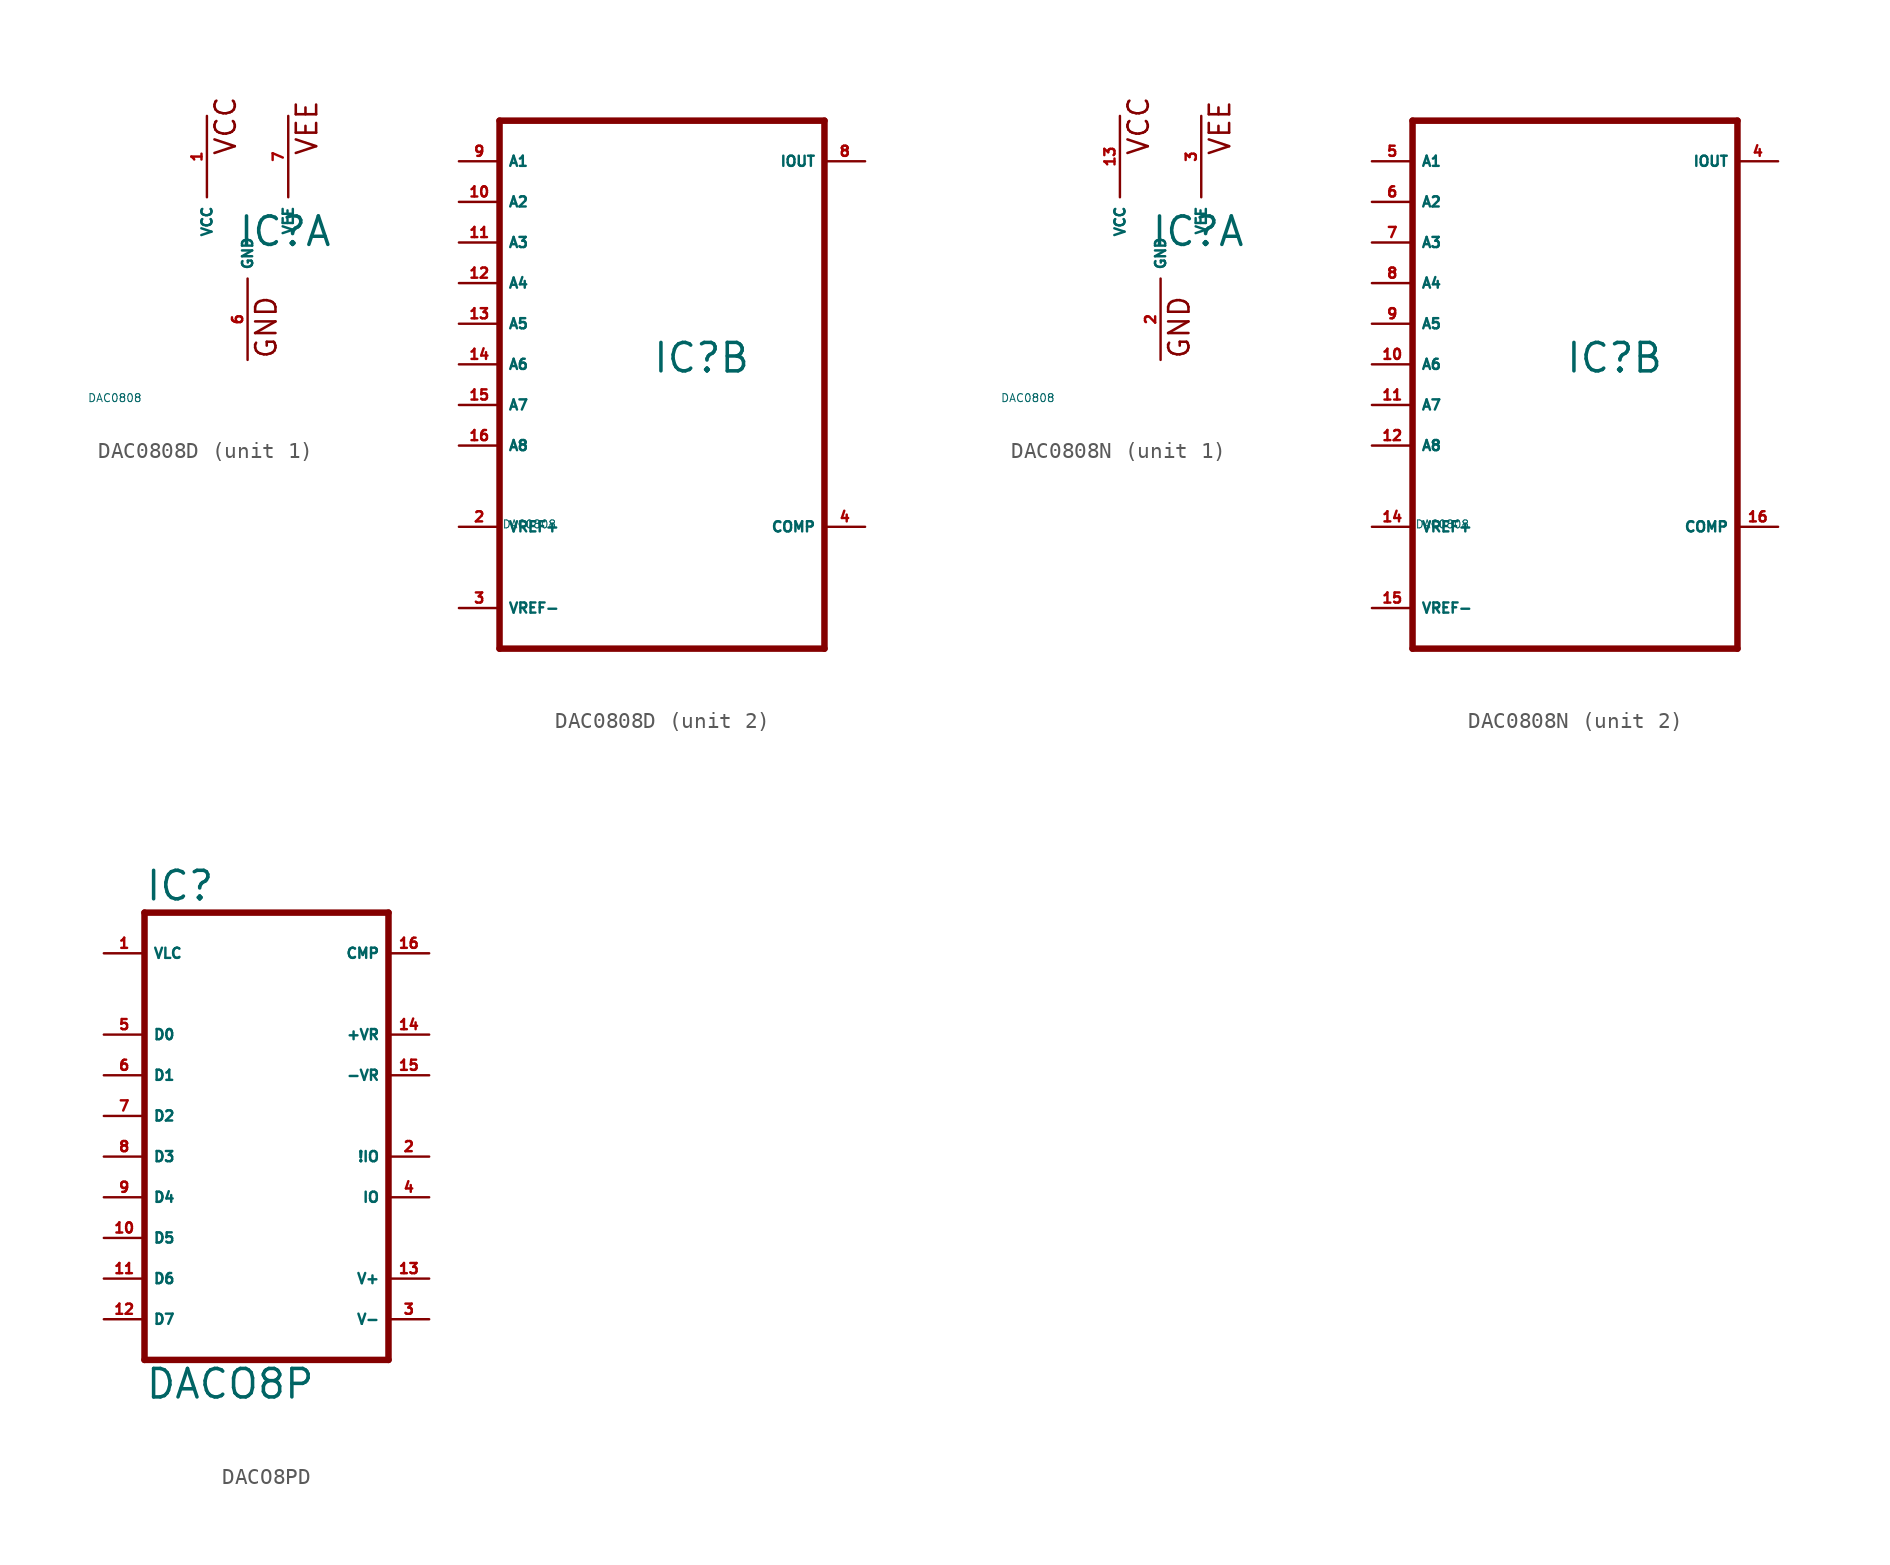
<source format=kicad_sym>
(kicad_symbol_lib
  (version 20220914)
  (generator Eagle2Kicad)
  (symbol "DAC0808D"
    (property "Reference" "IC"
      (at -0.635 -0.635 0)
      (effects (font (size 1.778 1.778) (thickness 0.22)) (justify left bottom)))
    (property "Value" "DAC0808"
      (at -10 -10 0)
      (effects (font (size 0.5 0.5) (thickness 0.06)) (justify left)))
    (symbol "DAC0808D_1_0"
      (text "VCC" (at -0.635 5.08 900) (effects (font (size 1.27 1.27) (thickness 0.16)) (justify left bottom)))
      (text "VEE" (at 4.445 5.08 900) (effects (font (size 1.27 1.27) (thickness 0.16)) (justify left bottom)))
      (text "GND" (at 1.905 -7.62 900) (effects (font (size 1.27 1.27) (thickness 0.16)) (justify left bottom)))
      (pin unspecified line (at -2.54 7.62 270) (length 5.08) (name "VCC" (effects (font (size 0.635 0.635) (thickness 0.08)) (justify left bottom))) (number "1" (effects (font (size 0.635 0.635) (thickness 0.08)) (justify left bottom))))
      (pin unspecified line (at 2.54 7.62 270) (length 5.08) (name "VEE" (effects (font (size 0.635 0.635) (thickness 0.08)) (justify left bottom))) (number "7" (effects (font (size 0.635 0.635) (thickness 0.08)) (justify left bottom))))
      (pin unspecified line (at 0 -7.62 90) (length 5.08) (name "GND" (effects (font (size 0.635 0.635) (thickness 0.08)) (justify left bottom))) (number "6" (effects (font (size 0.635 0.635) (thickness 0.08)) (justify left bottom)))))
    (symbol "DAC0808D_2_0"
      (polyline (pts (xy -10.16 -17.78) (xy 10.16 -17.78)) (stroke (width 0.406) (type default)) (fill (type none)))
      (polyline (pts (xy 10.16 -17.78) (xy 10.16 15.24)) (stroke (width 0.406) (type default)) (fill (type none)))
      (polyline (pts (xy 10.16 15.24) (xy -10.16 15.24)) (stroke (width 0.406) (type default)) (fill (type none)))
      (polyline (pts (xy -10.16 15.24) (xy -10.16 -17.78)) (stroke (width 0.406) (type default)) (fill (type none)))
      (pin output line (at 12.7 12.7 180) (length 2.54) (name "IOUT" (effects (font (size 0.635 0.635) (thickness 0.08)) (justify left bottom))) (number "8" (effects (font (size 0.635 0.635) (thickness 0.08)) (justify left bottom))))
      (pin input line (at -12.7 12.7 0) (length 2.54) (name "A1" (effects (font (size 0.635 0.635) (thickness 0.08)) (justify left bottom))) (number "9" (effects (font (size 0.635 0.635) (thickness 0.08)) (justify left bottom))))
      (pin input line (at -12.7 10.16 0) (length 2.54) (name "A2" (effects (font (size 0.635 0.635) (thickness 0.08)) (justify left bottom))) (number "10" (effects (font (size 0.635 0.635) (thickness 0.08)) (justify left bottom))))
      (pin input line (at -12.7 7.62 0) (length 2.54) (name "A3" (effects (font (size 0.635 0.635) (thickness 0.08)) (justify left bottom))) (number "11" (effects (font (size 0.635 0.635) (thickness 0.08)) (justify left bottom))))
      (pin input line (at -12.7 5.08 0) (length 2.54) (name "A4" (effects (font (size 0.635 0.635) (thickness 0.08)) (justify left bottom))) (number "12" (effects (font (size 0.635 0.635) (thickness 0.08)) (justify left bottom))))
      (pin input line (at -12.7 2.54 0) (length 2.54) (name "A5" (effects (font (size 0.635 0.635) (thickness 0.08)) (justify left bottom))) (number "13" (effects (font (size 0.635 0.635) (thickness 0.08)) (justify left bottom))))
      (pin input line (at -12.7 0 0) (length 2.54) (name "A6" (effects (font (size 0.635 0.635) (thickness 0.08)) (justify left bottom))) (number "14" (effects (font (size 0.635 0.635) (thickness 0.08)) (justify left bottom))))
      (pin input line (at -12.7 -2.54 0) (length 2.54) (name "A7" (effects (font (size 0.635 0.635) (thickness 0.08)) (justify left bottom))) (number "15" (effects (font (size 0.635 0.635) (thickness 0.08)) (justify left bottom))))
      (pin input line (at -12.7 -5.08 0) (length 2.54) (name "A8" (effects (font (size 0.635 0.635) (thickness 0.08)) (justify left bottom))) (number "16" (effects (font (size 0.635 0.635) (thickness 0.08)) (justify left bottom))))
      (pin input line (at -12.7 -10.16 0) (length 2.54) (name "VREF+" (effects (font (size 0.635 0.635) (thickness 0.08)) (justify left bottom))) (number "2" (effects (font (size 0.635 0.635) (thickness 0.08)) (justify left bottom))))
      (pin input line (at -12.7 -15.24 0) (length 2.54) (name "VREF-" (effects (font (size 0.635 0.635) (thickness 0.08)) (justify left bottom))) (number "3" (effects (font (size 0.635 0.635) (thickness 0.08)) (justify left bottom))))
      (pin input line (at 12.7 -10.16 180) (length 2.54) (name "COMP" (effects (font (size 0.635 0.635) (thickness 0.08)) (justify left bottom))) (number "4" (effects (font (size 0.635 0.635) (thickness 0.08)) (justify left bottom))))))
  (symbol "DAC0808N"
    (property "Reference" "IC"
      (at -0.635 -0.635 0)
      (effects (font (size 1.778 1.778) (thickness 0.22)) (justify left bottom)))
    (property "Value" "DAC0808"
      (at -10 -10 0)
      (effects (font (size 0.5 0.5) (thickness 0.06)) (justify left)))
    (symbol "DAC0808N_1_0"
      (text "VCC" (at -0.635 5.08 900) (effects (font (size 1.27 1.27) (thickness 0.16)) (justify left bottom)))
      (text "VEE" (at 4.445 5.08 900) (effects (font (size 1.27 1.27) (thickness 0.16)) (justify left bottom)))
      (text "GND" (at 1.905 -7.62 900) (effects (font (size 1.27 1.27) (thickness 0.16)) (justify left bottom)))
      (pin unspecified line (at -2.54 7.62 270) (length 5.08) (name "VCC" (effects (font (size 0.635 0.635) (thickness 0.08)) (justify left bottom))) (number "13" (effects (font (size 0.635 0.635) (thickness 0.08)) (justify left bottom))))
      (pin unspecified line (at 2.54 7.62 270) (length 5.08) (name "VEE" (effects (font (size 0.635 0.635) (thickness 0.08)) (justify left bottom))) (number "3" (effects (font (size 0.635 0.635) (thickness 0.08)) (justify left bottom))))
      (pin unspecified line (at 0 -7.62 90) (length 5.08) (name "GND" (effects (font (size 0.635 0.635) (thickness 0.08)) (justify left bottom))) (number "2" (effects (font (size 0.635 0.635) (thickness 0.08)) (justify left bottom)))))
    (symbol "DAC0808N_2_0"
      (polyline (pts (xy -10.16 -17.78) (xy 10.16 -17.78)) (stroke (width 0.406) (type default)) (fill (type none)))
      (polyline (pts (xy 10.16 -17.78) (xy 10.16 15.24)) (stroke (width 0.406) (type default)) (fill (type none)))
      (polyline (pts (xy 10.16 15.24) (xy -10.16 15.24)) (stroke (width 0.406) (type default)) (fill (type none)))
      (polyline (pts (xy -10.16 15.24) (xy -10.16 -17.78)) (stroke (width 0.406) (type default)) (fill (type none)))
      (pin output line (at 12.7 12.7 180) (length 2.54) (name "IOUT" (effects (font (size 0.635 0.635) (thickness 0.08)) (justify left bottom))) (number "4" (effects (font (size 0.635 0.635) (thickness 0.08)) (justify left bottom))))
      (pin input line (at -12.7 12.7 0) (length 2.54) (name "A1" (effects (font (size 0.635 0.635) (thickness 0.08)) (justify left bottom))) (number "5" (effects (font (size 0.635 0.635) (thickness 0.08)) (justify left bottom))))
      (pin input line (at -12.7 10.16 0) (length 2.54) (name "A2" (effects (font (size 0.635 0.635) (thickness 0.08)) (justify left bottom))) (number "6" (effects (font (size 0.635 0.635) (thickness 0.08)) (justify left bottom))))
      (pin input line (at -12.7 7.62 0) (length 2.54) (name "A3" (effects (font (size 0.635 0.635) (thickness 0.08)) (justify left bottom))) (number "7" (effects (font (size 0.635 0.635) (thickness 0.08)) (justify left bottom))))
      (pin input line (at -12.7 5.08 0) (length 2.54) (name "A4" (effects (font (size 0.635 0.635) (thickness 0.08)) (justify left bottom))) (number "8" (effects (font (size 0.635 0.635) (thickness 0.08)) (justify left bottom))))
      (pin input line (at -12.7 2.54 0) (length 2.54) (name "A5" (effects (font (size 0.635 0.635) (thickness 0.08)) (justify left bottom))) (number "9" (effects (font (size 0.635 0.635) (thickness 0.08)) (justify left bottom))))
      (pin input line (at -12.7 0 0) (length 2.54) (name "A6" (effects (font (size 0.635 0.635) (thickness 0.08)) (justify left bottom))) (number "10" (effects (font (size 0.635 0.635) (thickness 0.08)) (justify left bottom))))
      (pin input line (at -12.7 -2.54 0) (length 2.54) (name "A7" (effects (font (size 0.635 0.635) (thickness 0.08)) (justify left bottom))) (number "11" (effects (font (size 0.635 0.635) (thickness 0.08)) (justify left bottom))))
      (pin input line (at -12.7 -5.08 0) (length 2.54) (name "A8" (effects (font (size 0.635 0.635) (thickness 0.08)) (justify left bottom))) (number "12" (effects (font (size 0.635 0.635) (thickness 0.08)) (justify left bottom))))
      (pin input line (at -12.7 -10.16 0) (length 2.54) (name "VREF+" (effects (font (size 0.635 0.635) (thickness 0.08)) (justify left bottom))) (number "14" (effects (font (size 0.635 0.635) (thickness 0.08)) (justify left bottom))))
      (pin input line (at -12.7 -15.24 0) (length 2.54) (name "VREF-" (effects (font (size 0.635 0.635) (thickness 0.08)) (justify left bottom))) (number "15" (effects (font (size 0.635 0.635) (thickness 0.08)) (justify left bottom))))
      (pin input line (at 12.7 -10.16 180) (length 2.54) (name "COMP" (effects (font (size 0.635 0.635) (thickness 0.08)) (justify left bottom))) (number "16" (effects (font (size 0.635 0.635) (thickness 0.08)) (justify left bottom))))))
  (symbol "DACO8PD"
    (property "Reference" "IC"
      (at -7.62 13.335 0)
      (effects (font (size 1.778 1.778) (thickness 0.22)) (justify left bottom)))
    (property "Value" "DACO8P"
      (at -7.62 -17.78 0)
      (effects (font (size 1.778 1.778) (thickness 0.22)) (justify left bottom)))
    (polyline
      (pts (xy -7.62 -15.24) (xy 7.62 -15.24))
      (stroke (width 0.406) (type default))
      (fill (type none)))
    (polyline
      (pts (xy -7.62 12.7) (xy -7.62 -15.24))
      (stroke (width 0.406) (type default))
      (fill (type none)))
    (polyline
      (pts (xy 7.62 -15.24) (xy 7.62 12.7))
      (stroke (width 0.406) (type default))
      (fill (type none)))
    (polyline
      (pts (xy 7.62 12.7) (xy -7.62 12.7))
      (stroke (width 0.406) (type default))
      (fill (type none)))
    (pin input line
      (at -10.16 10.16 0)
      (length 2.54)
      (name "VLC" (effects (font (size 0.635 0.635) (thickness 0.08)) (justify left bottom)))
      (number "1" (effects (font (size 0.635 0.635) (thickness 0.08)) (justify left bottom))))
    (pin input line
      (at -10.16 5.08 0)
      (length 2.54)
      (name "D0" (effects (font (size 0.635 0.635) (thickness 0.08)) (justify left bottom)))
      (number "5" (effects (font (size 0.635 0.635) (thickness 0.08)) (justify left bottom))))
    (pin output line
      (at 10.16 -5.08 180)
      (length 2.54)
      (name "IO" (effects (font (size 0.635 0.635) (thickness 0.08)) (justify left bottom)))
      (number "4" (effects (font (size 0.635 0.635) (thickness 0.08)) (justify left bottom))))
    (pin input line
      (at -10.16 2.54 0)
      (length 2.54)
      (name "D1" (effects (font (size 0.635 0.635) (thickness 0.08)) (justify left bottom)))
      (number "6" (effects (font (size 0.635 0.635) (thickness 0.08)) (justify left bottom))))
    (pin output line
      (at 10.16 -2.54 180)
      (length 2.54)
      (name "!IO" (effects (font (size 0.635 0.635) (thickness 0.08)) (justify left bottom)))
      (number "2" (effects (font (size 0.635 0.635) (thickness 0.08)) (justify left bottom))))
    (pin input line
      (at 10.16 2.54 180)
      (length 2.54)
      (name "-VR" (effects (font (size 0.635 0.635) (thickness 0.08)) (justify left bottom)))
      (number "15" (effects (font (size 0.635 0.635) (thickness 0.08)) (justify left bottom))))
    (pin input line
      (at 10.16 5.08 180)
      (length 2.54)
      (name "+VR" (effects (font (size 0.635 0.635) (thickness 0.08)) (justify left bottom)))
      (number "14" (effects (font (size 0.635 0.635) (thickness 0.08)) (justify left bottom))))
    (pin passive line
      (at 10.16 10.16 180)
      (length 2.54)
      (name "CMP" (effects (font (size 0.635 0.635) (thickness 0.08)) (justify left bottom)))
      (number "16" (effects (font (size 0.635 0.635) (thickness 0.08)) (justify left bottom))))
    (pin input line
      (at -10.16 0 0)
      (length 2.54)
      (name "D2" (effects (font (size 0.635 0.635) (thickness 0.08)) (justify left bottom)))
      (number "7" (effects (font (size 0.635 0.635) (thickness 0.08)) (justify left bottom))))
    (pin input line
      (at -10.16 -2.54 0)
      (length 2.54)
      (name "D3" (effects (font (size 0.635 0.635) (thickness 0.08)) (justify left bottom)))
      (number "8" (effects (font (size 0.635 0.635) (thickness 0.08)) (justify left bottom))))
    (pin input line
      (at -10.16 -5.08 0)
      (length 2.54)
      (name "D4" (effects (font (size 0.635 0.635) (thickness 0.08)) (justify left bottom)))
      (number "9" (effects (font (size 0.635 0.635) (thickness 0.08)) (justify left bottom))))
    (pin input line
      (at -10.16 -7.62 0)
      (length 2.54)
      (name "D5" (effects (font (size 0.635 0.635) (thickness 0.08)) (justify left bottom)))
      (number "10" (effects (font (size 0.635 0.635) (thickness 0.08)) (justify left bottom))))
    (pin input line
      (at -10.16 -10.16 0)
      (length 2.54)
      (name "D6" (effects (font (size 0.635 0.635) (thickness 0.08)) (justify left bottom)))
      (number "11" (effects (font (size 0.635 0.635) (thickness 0.08)) (justify left bottom))))
    (pin input line
      (at -10.16 -12.7 0)
      (length 2.54)
      (name "D7" (effects (font (size 0.635 0.635) (thickness 0.08)) (justify left bottom)))
      (number "12" (effects (font (size 0.635 0.635) (thickness 0.08)) (justify left bottom))))
    (pin unspecified line
      (at 10.16 -10.16 180)
      (length 2.54)
      (name "V+" (effects (font (size 0.635 0.635) (thickness 0.08)) (justify left bottom)))
      (number "13" (effects (font (size 0.635 0.635) (thickness 0.08)) (justify left bottom))))
    (pin unspecified line
      (at 10.16 -12.7 180)
      (length 2.54)
      (name "V-" (effects (font (size 0.635 0.635) (thickness 0.08)) (justify left bottom)))
      (number "3" (effects (font (size 0.635 0.635) (thickness 0.08)) (justify left bottom))))))
</source>
